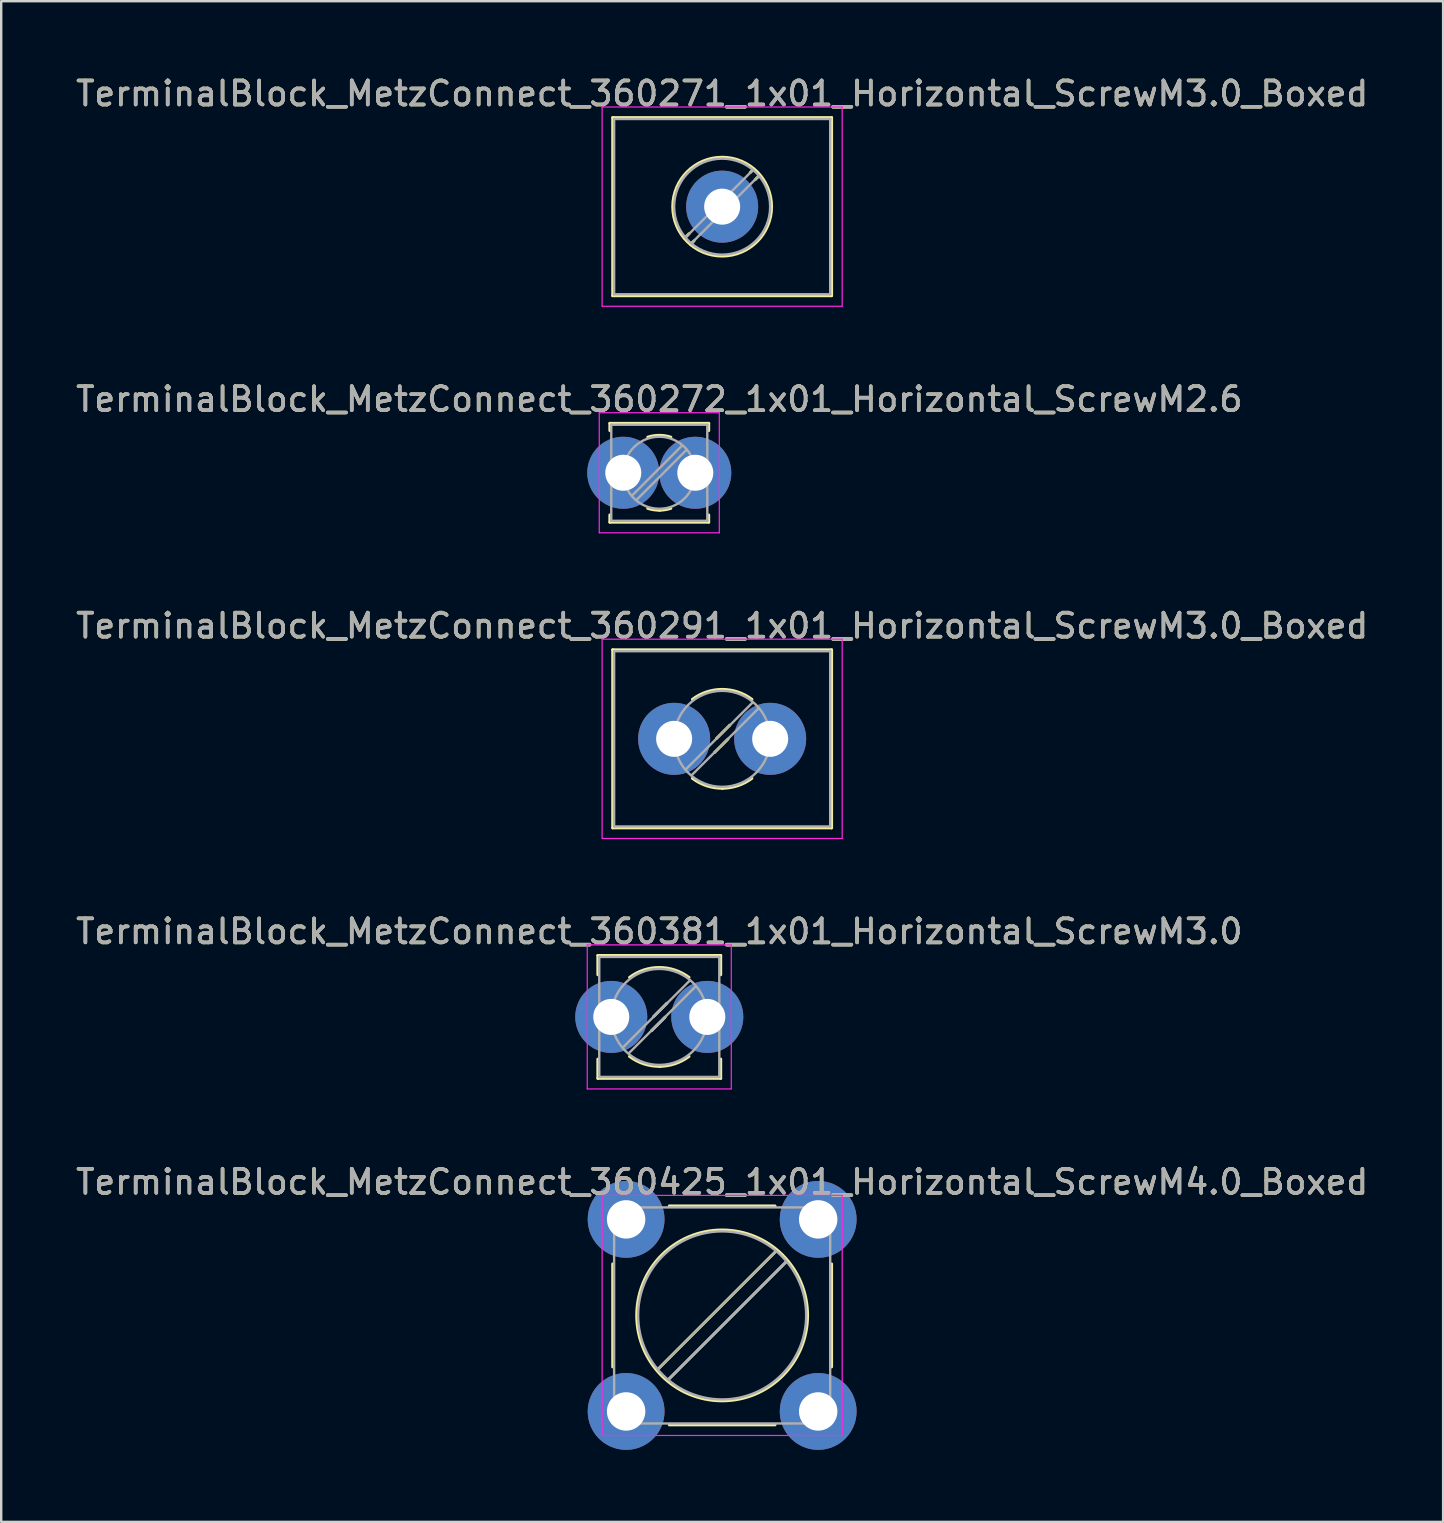
<source format=kicad_pcb>
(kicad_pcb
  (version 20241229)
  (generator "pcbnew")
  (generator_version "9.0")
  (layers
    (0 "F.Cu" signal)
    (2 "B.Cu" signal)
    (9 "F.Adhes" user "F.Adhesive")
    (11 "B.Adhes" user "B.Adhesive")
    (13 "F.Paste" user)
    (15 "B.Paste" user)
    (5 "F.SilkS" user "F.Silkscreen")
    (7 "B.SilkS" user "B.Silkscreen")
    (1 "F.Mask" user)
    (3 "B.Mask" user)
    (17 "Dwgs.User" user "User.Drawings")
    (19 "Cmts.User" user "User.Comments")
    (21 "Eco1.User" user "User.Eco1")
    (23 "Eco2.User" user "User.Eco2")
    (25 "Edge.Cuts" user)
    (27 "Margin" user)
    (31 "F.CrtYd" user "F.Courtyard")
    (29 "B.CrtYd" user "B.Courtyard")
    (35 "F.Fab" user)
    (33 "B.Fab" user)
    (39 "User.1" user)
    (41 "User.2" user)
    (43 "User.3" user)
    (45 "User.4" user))
  (footprint "TerminalBlock_MetzConnect_360291_1x01_Horizontal_ScrewM3.0_Boxed"
    (layer "F.Cu")
    (at 25.03 27.725)
    (property "Reference" "TerminalBlock_MetzConnect_360291_1x01_Horizontal_ScrewM3.0_Boxed" (at 2 -4.71 0) (layer "F.SilkS") (effects (font (size 1 1) (thickness 0.15))))
    (attr through_hole)
    (fp_line (start -2.56 -3.71) (end -2.56 3.71) (stroke (width 0.12) (type solid)) (layer "F.SilkS"))
    (fp_line (start -2.56 -3.71) (end 6.56 -3.71) (stroke (width 0.12) (type solid)) (layer "F.SilkS"))
    (fp_line (start -2.56 3.71) (end 6.56 3.71) (stroke (width 0.12) (type solid)) (layer "F.SilkS"))
    (fp_line (start 1.68 0.571) (end 1.68 0.571) (stroke (width 0.12) (type solid)) (layer "F.SilkS"))
    (fp_line (start 2.241 0.011) (end 1.708 0.543) (stroke (width 0.12) (type solid)) (layer "F.SilkS"))
    (fp_line (start 2.291 -0.543) (end 1.759 -0.011) (stroke (width 0.12) (type solid)) (layer "F.SilkS"))
    (fp_line (start 2.32 -0.572) (end 2.32 -0.572) (stroke (width 0.12) (type solid)) (layer "F.SilkS"))
    (fp_line (start 6.56 -3.71) (end 6.56 3.71) (stroke (width 0.12) (type solid)) (layer "F.SilkS"))
    (fp_arc (start 0.759554 -1.645664) (mid 1.999721 -2.060805) (end 3.24 -1.646) (stroke (width 0.12) (type solid)) (layer "F.SilkS"))
    (fp_arc (start 2.034842 2.060314) (mid 1.362171 1.959409) (end 0.759 1.645) (stroke (width 0.12) (type solid)) (layer "F.SilkS"))
    (fp_arc (start 3.239739 1.645189) (mid 2.653648 1.953547) (end 2 2.06) (stroke (width 0.12) (type solid)) (layer "F.SilkS"))
    (fp_line (start -3 -4.15) (end -3 4.15) (stroke (width 0.05) (type solid)) (layer "F.CrtYd"))
    (fp_line (start -3 4.15) (end 7 4.15) (stroke (width 0.05) (type solid)) (layer "F.CrtYd"))
    (fp_line (start 7 -4.15) (end -3 -4.15) (stroke (width 0.05) (type solid)) (layer "F.CrtYd"))
    (fp_line (start 7 4.15) (end 7 -4.15) (stroke (width 0.05) (type solid)) (layer "F.CrtYd"))
    (fp_line (start -2.5 -3.65) (end -2.5 3.65) (stroke (width 0.1) (type solid)) (layer "F.Fab"))
    (fp_line (start -2.5 -3.65) (end 6.5 -3.65) (stroke (width 0.1) (type solid)) (layer "F.Fab"))
    (fp_line (start -2.5 3.65) (end 6.5 3.65) (stroke (width 0.1) (type solid)) (layer "F.Fab"))
    (fp_line (start 3.273 -1.517) (end 0.483 1.273) (stroke (width 0.1) (type solid)) (layer "F.Fab"))
    (fp_line (start 3.517 -1.273) (end 0.727 1.517) (stroke (width 0.1) (type solid)) (layer "F.Fab"))
    (fp_line (start 6.5 -3.65) (end 6.5 3.65) (stroke (width 0.1) (type solid)) (layer "F.Fab"))
    (fp_circle (center 2 0) (end 4 0) (stroke (width 0.1) (type solid)) (fill no) (layer "F.Fab"))
    (fp_text user "${REFERENCE}" (at 2 -4.71 0) (layer "F.Fab") (effects (font (size 1 1) (thickness 0.15))))
    (pad "1" thru_hole circle (at 0 0) (size 3 3) (drill 1.5) (layers "*.Cu" "*.Mask"))
    (pad "1" thru_hole circle (at 4 0) (size 3 3) (drill 1.5) (layers "*.Cu" "*.Mask")))
  (footprint "TerminalBlock_MetzConnect_360271_1x01_Horizontal_ScrewM3.0_Boxed"
    (layer "F.Cu")
    (at 27.03 5.558)
    (property "Reference" "TerminalBlock_MetzConnect_360271_1x01_Horizontal_ScrewM3.0_Boxed" (at 0 -4.71 0) (layer "F.SilkS") (effects (font (size 1 1) (thickness 0.15))))
    (attr through_hole)
    (fp_line (start -4.56 -3.71) (end -4.56 3.71) (stroke (width 0.12) (type solid)) (layer "F.SilkS"))
    (fp_line (start -4.56 -3.71) (end 4.56 -3.71) (stroke (width 0.12) (type solid)) (layer "F.SilkS"))
    (fp_line (start -4.56 3.71) (end 4.56 3.71) (stroke (width 0.12) (type solid)) (layer "F.SilkS"))
    (fp_line (start -1.376 1.124) (end -1.563 1.311) (stroke (width 0.12) (type solid)) (layer "F.SilkS"))
    (fp_line (start -1.168 1.419) (end -1.312 1.563) (stroke (width 0.12) (type solid)) (layer "F.SilkS"))
    (fp_line (start 1.312 -1.563) (end 1.168 -1.419) (stroke (width 0.12) (type solid)) (layer "F.SilkS"))
    (fp_line (start 1.563 -1.311) (end 1.376 -1.125) (stroke (width 0.12) (type solid)) (layer "F.SilkS"))
    (fp_line (start 4.56 -3.71) (end 4.56 3.71) (stroke (width 0.12) (type solid)) (layer "F.SilkS"))
    (fp_circle (center 0 0) (end 2.06 0) (stroke (width 0.12) (type solid)) (fill no) (layer "F.SilkS"))
    (fp_line (start -5 -4.15) (end -5 4.15) (stroke (width 0.05) (type solid)) (layer "F.CrtYd"))
    (fp_line (start -5 4.15) (end 5 4.15) (stroke (width 0.05) (type solid)) (layer "F.CrtYd"))
    (fp_line (start 5 -4.15) (end -5 -4.15) (stroke (width 0.05) (type solid)) (layer "F.CrtYd"))
    (fp_line (start 5 4.15) (end 5 -4.15) (stroke (width 0.05) (type solid)) (layer "F.CrtYd"))
    (fp_line (start -4.5 -3.65) (end -4.5 3.65) (stroke (width 0.1) (type solid)) (layer "F.Fab"))
    (fp_line (start -4.5 -3.65) (end 4.5 -3.65) (stroke (width 0.1) (type solid)) (layer "F.Fab"))
    (fp_line (start -4.5 3.65) (end 4.5 3.65) (stroke (width 0.1) (type solid)) (layer "F.Fab"))
    (fp_line (start 1.273 -1.517) (end -1.517 1.273) (stroke (width 0.1) (type solid)) (layer "F.Fab"))
    (fp_line (start 1.517 -1.273) (end -1.273 1.517) (stroke (width 0.1) (type solid)) (layer "F.Fab"))
    (fp_line (start 4.5 -3.65) (end 4.5 3.65) (stroke (width 0.1) (type solid)) (layer "F.Fab"))
    (fp_circle (center 0 0) (end 2 0) (stroke (width 0.1) (type solid)) (fill no) (layer "F.Fab"))
    (fp_text user "${REFERENCE}" (at 0 -4.71 0) (layer "F.Fab") (effects (font (size 1 1) (thickness 0.15))))
    (pad "1" thru_hole circle (at 0 0) (size 3 3) (drill 1.5) (layers "*.Cu" "*.Mask")))
  (footprint "TerminalBlock_MetzConnect_360272_1x01_Horizontal_ScrewM2.6"
    (layer "F.Cu")
    (at 22.911 16.642)
    (property "Reference" "TerminalBlock_MetzConnect_360272_1x01_Horizontal_ScrewM2.6" (at 1.5 -3.06 0) (layer "F.SilkS") (effects (font (size 1 1) (thickness 0.15))))
    (attr through_hole)
    (fp_line (start -0.56 -2.06) (end -0.56 -1.755) (stroke (width 0.12) (type solid)) (layer "F.SilkS"))
    (fp_line (start -0.56 -2.06) (end 3.56 -2.06) (stroke (width 0.12) (type solid)) (layer "F.SilkS"))
    (fp_line (start -0.56 1.755) (end -0.56 2.06) (stroke (width 0.12) (type solid)) (layer "F.SilkS"))
    (fp_line (start -0.56 2.06) (end 3.56 2.06) (stroke (width 0.12) (type solid)) (layer "F.SilkS"))
    (fp_line (start 3.56 -2.06) (end 3.56 -1.755) (stroke (width 0.12) (type solid)) (layer "F.SilkS"))
    (fp_line (start 3.56 1.755) (end 3.56 2.06) (stroke (width 0.12) (type solid)) (layer "F.SilkS"))
    (fp_arc (start 1.018482 -1.484481) (mid 1.500779 -1.560623) (end 1.983 -1.484) (stroke (width 0.12) (type solid)) (layer "F.SilkS"))
    (fp_arc (start 1.526458 1.560399) (mid 1.268555 1.543366) (end 1.017 1.484) (stroke (width 0.12) (type solid)) (layer "F.SilkS"))
    (fp_arc (start 1.982067 1.483648) (mid 1.744038 1.540794) (end 1.5 1.56) (stroke (width 0.12) (type solid)) (layer "F.SilkS"))
    (fp_line (start -1 -2.5) (end -1 2.5) (stroke (width 0.05) (type solid)) (layer "F.CrtYd"))
    (fp_line (start -1 2.5) (end 4 2.5) (stroke (width 0.05) (type solid)) (layer "F.CrtYd"))
    (fp_line (start 4 -2.5) (end -1 -2.5) (stroke (width 0.05) (type solid)) (layer "F.CrtYd"))
    (fp_line (start 4 2.5) (end 4 -2.5) (stroke (width 0.05) (type solid)) (layer "F.CrtYd"))
    (fp_line (start -0.5 -2) (end -0.5 2) (stroke (width 0.1) (type solid)) (layer "F.Fab"))
    (fp_line (start -0.5 -2) (end 3.5 -2) (stroke (width 0.1) (type solid)) (layer "F.Fab"))
    (fp_line (start -0.5 2) (end 3.5 2) (stroke (width 0.1) (type solid)) (layer "F.Fab"))
    (fp_line (start 2.455 -1.138) (end 0.362 0.955) (stroke (width 0.1) (type solid)) (layer "F.Fab"))
    (fp_line (start 2.638 -0.955) (end 0.545 1.138) (stroke (width 0.1) (type solid)) (layer "F.Fab"))
    (fp_line (start 3.5 -2) (end 3.5 2) (stroke (width 0.1) (type solid)) (layer "F.Fab"))
    (fp_circle (center 1.5 0) (end 3 0) (stroke (width 0.1) (type solid)) (fill no) (layer "F.Fab"))
    (fp_text user "${REFERENCE}" (at 1.5 -3.06 0) (layer "F.Fab") (effects (font (size 1 1) (thickness 0.15))))
    (pad "1" thru_hole circle (at 0 0) (size 3 3) (drill 1.5) (layers "*.Cu" "*.Mask"))
    (pad "1" thru_hole circle (at 3 0) (size 3 3) (drill 1.5) (layers "*.Cu" "*.Mask")))
  (footprint "TerminalBlock_MetzConnect_360425_1x01_Horizontal_ScrewM4.0_Boxed"
    (layer "F.Cu")
    (at 23.03 47.741)
    (property "Reference" "TerminalBlock_MetzConnect_360425_1x01_Horizontal_ScrewM4.0_Boxed" (at 4 -1.56 0) (layer "F.SilkS") (effects (font (size 1 1) (thickness 0.15))))
    (attr through_hole)
    (fp_line (start -0.56 1.855) (end -0.56 6.145) (stroke (width 0.12) (type solid)) (layer "F.SilkS"))
    (fp_line (start 1.796 -0.56) (end 6.204 -0.56) (stroke (width 0.12) (type solid)) (layer "F.SilkS"))
    (fp_line (start 1.796 8.56) (end 6.204 8.56) (stroke (width 0.12) (type solid)) (layer "F.SilkS"))
    (fp_line (start 6.266 1.3) (end 1.299 6.266) (stroke (width 0.12) (type solid)) (layer "F.SilkS"))
    (fp_line (start 6.7 1.734) (end 1.734 6.7) (stroke (width 0.12) (type solid)) (layer "F.SilkS"))
    (fp_line (start 8.56 1.855) (end 8.56 6.145) (stroke (width 0.12) (type solid)) (layer "F.SilkS"))
    (fp_circle (center 4 4) (end 7.56 4) (stroke (width 0.12) (type solid)) (fill no) (layer "F.SilkS"))
    (fp_line (start -1 -1) (end -1 9) (stroke (width 0.05) (type solid)) (layer "F.CrtYd"))
    (fp_line (start -1 9) (end 9 9) (stroke (width 0.05) (type solid)) (layer "F.CrtYd"))
    (fp_line (start 9 -1) (end -1 -1) (stroke (width 0.05) (type solid)) (layer "F.CrtYd"))
    (fp_line (start 9 9) (end 9 -1) (stroke (width 0.05) (type solid)) (layer "F.CrtYd"))
    (fp_line (start -0.5 -0.5) (end -0.5 8.5) (stroke (width 0.1) (type solid)) (layer "F.Fab"))
    (fp_line (start -0.5 -0.5) (end 8.5 -0.5) (stroke (width 0.1) (type solid)) (layer "F.Fab"))
    (fp_line (start -0.5 8.5) (end 8.5 8.5) (stroke (width 0.1) (type solid)) (layer "F.Fab"))
    (fp_line (start 6.228 1.345) (end 1.345 6.227) (stroke (width 0.1) (type solid)) (layer "F.Fab"))
    (fp_line (start 6.655 1.772) (end 1.772 6.654) (stroke (width 0.1) (type solid)) (layer "F.Fab"))
    (fp_line (start 8.5 -0.5) (end 8.5 8.5) (stroke (width 0.1) (type solid)) (layer "F.Fab"))
    (fp_circle (center 4 4) (end 7.5 4) (stroke (width 0.1) (type solid)) (fill no) (layer "F.Fab"))
    (fp_text user "${REFERENCE}" (at 4 -1.56 0) (layer "F.Fab") (effects (font (size 1 1) (thickness 0.15))))
    (pad "1" thru_hole circle (at 0 0) (size 3.2 3.2) (drill 1.6) (layers "*.Cu" "*.Mask"))
    (pad "1" thru_hole circle (at 0 8) (size 3.2 3.2) (drill 1.6) (layers "*.Cu" "*.Mask"))
    (pad "1" thru_hole circle (at 8 0) (size 3.2 3.2) (drill 1.6) (layers "*.Cu" "*.Mask"))
    (pad "1" thru_hole circle (at 8 8) (size 3.2 3.2) (drill 1.6) (layers "*.Cu" "*.Mask")))
  (footprint "TerminalBlock_MetzConnect_360381_1x01_Horizontal_ScrewM3.0"
    (layer "F.Cu")
    (at 22.411 39.308)
    (property "Reference" "TerminalBlock_MetzConnect_360381_1x01_Horizontal_ScrewM3.0" (at 2 -3.56 0) (layer "F.SilkS") (effects (font (size 1 1) (thickness 0.15))))
    (attr through_hole)
    (fp_line (start -0.56 -2.56) (end -0.56 -1.755) (stroke (width 0.12) (type solid)) (layer "F.SilkS"))
    (fp_line (start -0.56 -2.56) (end 4.56 -2.56) (stroke (width 0.12) (type solid)) (layer "F.SilkS"))
    (fp_line (start -0.56 1.755) (end -0.56 2.56) (stroke (width 0.12) (type solid)) (layer "F.SilkS"))
    (fp_line (start -0.56 2.56) (end 4.56 2.56) (stroke (width 0.12) (type solid)) (layer "F.SilkS"))
    (fp_line (start 1.68 0.571) (end 1.68 0.571) (stroke (width 0.12) (type solid)) (layer "F.SilkS"))
    (fp_line (start 2.241 0.011) (end 1.708 0.543) (stroke (width 0.12) (type solid)) (layer "F.SilkS"))
    (fp_line (start 2.291 -0.543) (end 1.759 -0.011) (stroke (width 0.12) (type solid)) (layer "F.SilkS"))
    (fp_line (start 2.32 -0.572) (end 2.32 -0.572) (stroke (width 0.12) (type solid)) (layer "F.SilkS"))
    (fp_line (start 4.56 -2.56) (end 4.56 -1.755) (stroke (width 0.12) (type solid)) (layer "F.SilkS"))
    (fp_line (start 4.56 1.755) (end 4.56 2.56) (stroke (width 0.12) (type solid)) (layer "F.SilkS"))
    (fp_arc (start 0.759554 -1.645664) (mid 1.999721 -2.060805) (end 3.24 -1.646) (stroke (width 0.12) (type solid)) (layer "F.SilkS"))
    (fp_arc (start 2.034842 2.060314) (mid 1.362171 1.959409) (end 0.759 1.645) (stroke (width 0.12) (type solid)) (layer "F.SilkS"))
    (fp_arc (start 3.239739 1.645189) (mid 2.653648 1.953547) (end 2 2.06) (stroke (width 0.12) (type solid)) (layer "F.SilkS"))
    (fp_line (start -1 -3) (end -1 3) (stroke (width 0.05) (type solid)) (layer "F.CrtYd"))
    (fp_line (start -1 3) (end 5 3) (stroke (width 0.05) (type solid)) (layer "F.CrtYd"))
    (fp_line (start 5 -3) (end -1 -3) (stroke (width 0.05) (type solid)) (layer "F.CrtYd"))
    (fp_line (start 5 3) (end 5 -3) (stroke (width 0.05) (type solid)) (layer "F.CrtYd"))
    (fp_line (start -0.5 -2.5) (end -0.5 2.5) (stroke (width 0.1) (type solid)) (layer "F.Fab"))
    (fp_line (start -0.5 -2.5) (end 4.5 -2.5) (stroke (width 0.1) (type solid)) (layer "F.Fab"))
    (fp_line (start -0.5 2.5) (end 4.5 2.5) (stroke (width 0.1) (type solid)) (layer "F.Fab"))
    (fp_line (start 3.273 -1.517) (end 0.483 1.273) (stroke (width 0.1) (type solid)) (layer "F.Fab"))
    (fp_line (start 3.517 -1.273) (end 0.727 1.517) (stroke (width 0.1) (type solid)) (layer "F.Fab"))
    (fp_line (start 4.5 -2.5) (end 4.5 2.5) (stroke (width 0.1) (type solid)) (layer "F.Fab"))
    (fp_circle (center 2 0) (end 4 0) (stroke (width 0.1) (type solid)) (fill no) (layer "F.Fab"))
    (fp_text user "${REFERENCE}" (at 2 -3.56 0) (layer "F.Fab") (effects (font (size 1 1) (thickness 0.15))))
    (pad "1" thru_hole circle (at 0 0) (size 3 3) (drill 1.5) (layers "*.Cu" "*.Mask"))
    (pad "1" thru_hole circle (at 4 0) (size 3 3) (drill 1.5) (layers "*.Cu" "*.Mask")))
  (gr_rect
    (start -3 -3)
    (end 57.06 60.341)
    (stroke (width 0.1) (type default))
    (fill no)
    (layer "Edge.Cuts")))
</source>
